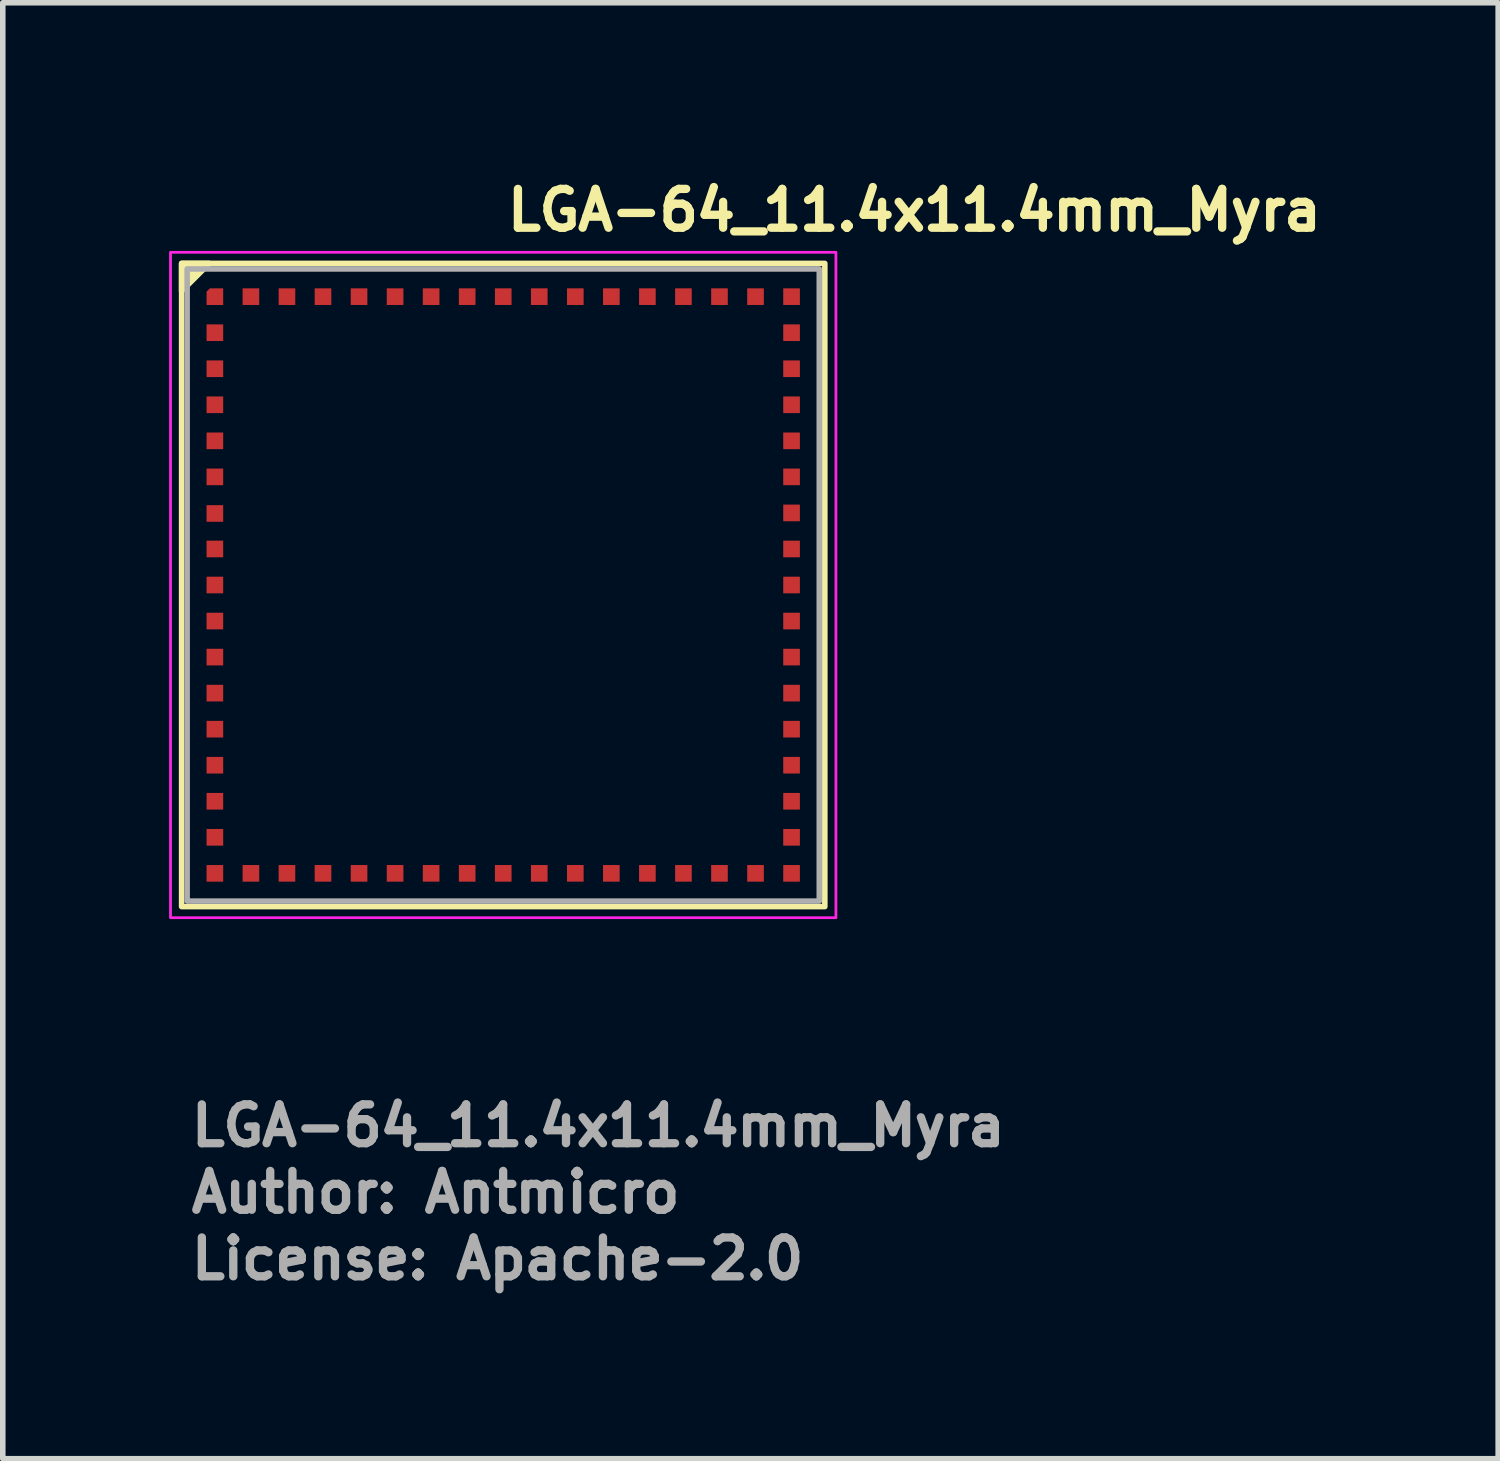
<source format=kicad_pcb>
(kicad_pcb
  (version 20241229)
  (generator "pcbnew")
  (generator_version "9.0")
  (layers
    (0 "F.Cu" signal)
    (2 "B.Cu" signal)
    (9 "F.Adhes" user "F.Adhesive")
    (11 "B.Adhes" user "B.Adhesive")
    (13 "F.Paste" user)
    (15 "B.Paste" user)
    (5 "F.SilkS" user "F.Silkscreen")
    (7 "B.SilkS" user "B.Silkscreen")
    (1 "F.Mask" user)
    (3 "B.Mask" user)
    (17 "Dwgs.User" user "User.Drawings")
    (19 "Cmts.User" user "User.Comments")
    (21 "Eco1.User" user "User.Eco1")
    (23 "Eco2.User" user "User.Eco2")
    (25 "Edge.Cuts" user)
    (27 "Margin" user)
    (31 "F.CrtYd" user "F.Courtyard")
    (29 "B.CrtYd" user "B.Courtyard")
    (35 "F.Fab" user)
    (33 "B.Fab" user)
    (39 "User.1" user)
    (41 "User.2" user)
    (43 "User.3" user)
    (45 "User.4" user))
  (footprint "LGA-64_11.4x11.4mm_Myra"
    (layer "F.Cu")
    (at 6.025 7.5)
    (property "Reference" "LGA-64_11.4x11.4mm_Myra" (at 0 -6.35 0) (unlocked yes) (layer "F.SilkS") (effects (font (size 0.7 0.7) (thickness 0.15)) (justify left bottom)))
    (attr smd)
    (fp_rect (start -5.8 -5.8) (end 5.8 5.8) (stroke (width 0.1) (type solid)) (fill no) (layer "F.SilkS"))
    (fp_poly (pts (xy -5.8 -5.8) (xy -5.3 -5.8) (xy -5.8 -5.3)) (stroke (width 0.1) (type solid)) (fill yes) (layer "F.SilkS"))
    (fp_rect (start -6 -6) (end 6 6) (stroke (width 0.05) (type solid)) (fill no) (layer "F.CrtYd"))
    (fp_rect (start -5.7 -5.7) (end 5.7 5.7) (stroke (width 0.1) (type solid)) (fill no) (layer "F.Fab"))
    (fp_line (start -5.7 -5.7) (end 5.7 -5.7) (stroke (width 0.1) (type solid)) (layer "User.9"))
    (fp_line (start -5.7 -5.675) (end -5.7 -5.7) (stroke (width 0.1) (type solid)) (layer "User.9"))
    (fp_line (start -5.7 -5.675) (end -5.7 5.725) (stroke (width 0.1) (type solid)) (layer "User.9"))
    (fp_line (start -5.7 5.725) (end 5.7 5.725) (stroke (width 0.1) (type solid)) (layer "User.9"))
    (fp_line (start 5.7 -5.7) (end 5.7 -5.675) (stroke (width 0.1) (type solid)) (layer "User.9"))
    (fp_line (start 5.7 -5.675) (end -5.7 -5.675) (stroke (width 0.1) (type solid)) (layer "User.9"))
    (fp_line (start 5.7 5.725) (end 5.7 -5.675) (stroke (width 0.1) (type solid)) (layer "User.9"))
    (fp_text user "${REFERENCE}" (at -5.7 10.16 0) (unlocked yes) (layer "F.Fab") (effects (font (size 0.7 0.7) (thickness 0.15)) (justify left bottom)))
    (fp_text user "Author: Antmicro" (at -5.7 11.36 0) (layer "F.Fab") (effects (font (size 0.7 0.7) (thickness 0.15)) (justify left bottom)))
    (fp_text user "License: Apache-2.0" (at -5.7 12.56 0) (layer "F.Fab") (effects (font (size 0.7 0.7) (thickness 0.15)) (justify left bottom)))
    (pad "A1" smd roundrect (at -5.2 -5.2 90) (size 0.3 0.3) (layers "F.Cu" "F.Mask" "F.Paste") (roundrect_rratio 0) (chamfer_ratio 0.2) (chamfer top_right))
    (pad "A2" smd rect (at -4.55 -5.2 180) (size 0.3 0.3) (layers "F.Cu" "F.Mask" "F.Paste"))
    (pad "A3" smd rect (at -3.9 -5.2 180) (size 0.3 0.3) (layers "F.Cu" "F.Mask" "F.Paste"))
    (pad "A4" smd rect (at -3.25 -5.2 180) (size 0.3 0.3) (layers "F.Cu" "F.Mask" "F.Paste"))
    (pad "A5" smd rect (at -2.6 -5.2 180) (size 0.3 0.3) (layers "F.Cu" "F.Mask" "F.Paste"))
    (pad "A6" smd rect (at -1.95 -5.2 180) (size 0.3 0.3) (layers "F.Cu" "F.Mask" "F.Paste"))
    (pad "A7" smd rect (at -1.3 -5.2 180) (size 0.3 0.3) (layers "F.Cu" "F.Mask" "F.Paste"))
    (pad "A8" smd rect (at -0.65 -5.2 180) (size 0.3 0.3) (layers "F.Cu" "F.Mask" "F.Paste"))
    (pad "A9" smd rect (at 0 -5.2 180) (size 0.3 0.3) (layers "F.Cu" "F.Mask" "F.Paste"))
    (pad "A10" smd rect (at 0.65 -5.2 180) (size 0.3 0.3) (layers "F.Cu" "F.Mask" "F.Paste"))
    (pad "A11" smd rect (at 1.3 -5.2 180) (size 0.3 0.3) (layers "F.Cu" "F.Mask" "F.Paste"))
    (pad "A12" smd rect (at 1.95 -5.2 180) (size 0.3 0.3) (layers "F.Cu" "F.Mask" "F.Paste"))
    (pad "A13" smd rect (at 2.6 -5.2 180) (size 0.3 0.3) (layers "F.Cu" "F.Mask" "F.Paste"))
    (pad "A14" smd rect (at 3.25 -5.2 180) (size 0.3 0.3) (layers "F.Cu" "F.Mask" "F.Paste"))
    (pad "A15" smd rect (at 3.9 -5.2 180) (size 0.3 0.3) (layers "F.Cu" "F.Mask" "F.Paste"))
    (pad "A16" smd rect (at 4.55 -5.2 180) (size 0.3 0.3) (layers "F.Cu" "F.Mask" "F.Paste"))
    (pad "A17" smd rect (at 5.2 -5.2) (size 0.3 0.3) (layers "F.Cu" "F.Mask" "F.Paste"))
    (pad "B1" smd rect (at -5.2 -4.55) (size 0.3 0.3) (layers "F.Cu" "F.Mask" "F.Paste"))
    (pad "B17" smd rect (at 5.2 -4.55) (size 0.3 0.3) (layers "F.Cu" "F.Mask" "F.Paste"))
    (pad "C1" smd rect (at -5.2 -3.9) (size 0.3 0.3) (layers "F.Cu" "F.Mask" "F.Paste"))
    (pad "C17" smd rect (at 5.2 -3.9) (size 0.3 0.3) (layers "F.Cu" "F.Mask" "F.Paste"))
    (pad "D1" smd rect (at -5.2 -3.25) (size 0.3 0.3) (layers "F.Cu" "F.Mask" "F.Paste"))
    (pad "D17" smd rect (at 5.2 -3.25) (size 0.3 0.3) (layers "F.Cu" "F.Mask" "F.Paste"))
    (pad "E1" smd rect (at -5.2 -2.6) (size 0.3 0.3) (layers "F.Cu" "F.Mask" "F.Paste"))
    (pad "E17" smd rect (at 5.2 -2.6) (size 0.3 0.3) (layers "F.Cu" "F.Mask" "F.Paste"))
    (pad "F1" smd rect (at -5.2 -1.95) (size 0.3 0.3) (layers "F.Cu" "F.Mask" "F.Paste"))
    (pad "F17" smd rect (at 5.2 -1.95) (size 0.3 0.3) (layers "F.Cu" "F.Mask" "F.Paste"))
    (pad "G1" smd rect (at -5.2 -1.29) (size 0.3 0.3) (layers "F.Cu" "F.Mask" "F.Paste"))
    (pad "G17" smd rect (at 5.2 -1.3) (size 0.3 0.3) (layers "F.Cu" "F.Mask" "F.Paste"))
    (pad "H1" smd rect (at -5.2 -0.65) (size 0.3 0.3) (layers "F.Cu" "F.Mask" "F.Paste"))
    (pad "H17" smd rect (at 5.2 -0.65) (size 0.3 0.3) (layers "F.Cu" "F.Mask" "F.Paste"))
    (pad "I1" smd rect (at -5.2 0) (size 0.3 0.3) (layers "F.Cu" "F.Mask" "F.Paste"))
    (pad "I17" smd rect (at 5.2 0) (size 0.3 0.3) (layers "F.Cu" "F.Mask" "F.Paste"))
    (pad "J1" smd rect (at -5.2 0.65) (size 0.3 0.3) (layers "F.Cu" "F.Mask" "F.Paste"))
    (pad "J17" smd rect (at 5.2 0.65) (size 0.3 0.3) (layers "F.Cu" "F.Mask" "F.Paste"))
    (pad "K1" smd rect (at -5.2 1.3) (size 0.3 0.3) (layers "F.Cu" "F.Mask" "F.Paste"))
    (pad "K17" smd rect (at 5.2 1.3) (size 0.3 0.3) (layers "F.Cu" "F.Mask" "F.Paste"))
    (pad "L1" smd rect (at -5.2 1.95) (size 0.3 0.3) (layers "F.Cu" "F.Mask" "F.Paste"))
    (pad "L17" smd rect (at 5.2 1.95) (size 0.3 0.3) (layers "F.Cu" "F.Mask" "F.Paste"))
    (pad "M1" smd rect (at -5.2 2.6) (size 0.3 0.3) (layers "F.Cu" "F.Mask" "F.Paste"))
    (pad "M17" smd rect (at 5.2 2.6) (size 0.3 0.3) (layers "F.Cu" "F.Mask" "F.Paste"))
    (pad "N1" smd rect (at -5.2 3.25) (size 0.3 0.3) (layers "F.Cu" "F.Mask" "F.Paste"))
    (pad "N17" smd rect (at 5.2 3.25) (size 0.3 0.3) (layers "F.Cu" "F.Mask" "F.Paste"))
    (pad "O1" smd rect (at -5.2 3.9) (size 0.3 0.3) (layers "F.Cu" "F.Mask" "F.Paste"))
    (pad "O17" smd rect (at 5.2 3.9) (size 0.3 0.3) (layers "F.Cu" "F.Mask" "F.Paste"))
    (pad "P1" smd rect (at -5.2 4.55) (size 0.3 0.3) (layers "F.Cu" "F.Mask" "F.Paste"))
    (pad "P17" smd rect (at 5.2 4.55) (size 0.3 0.3) (layers "F.Cu" "F.Mask" "F.Paste"))
    (pad "Q1" smd rect (at -5.2 5.2 180) (size 0.3 0.3) (layers "F.Cu" "F.Mask" "F.Paste"))
    (pad "Q2" smd rect (at -4.55 5.2 180) (size 0.3 0.3) (layers "F.Cu" "F.Mask" "F.Paste"))
    (pad "Q3" smd rect (at -3.9 5.2 180) (size 0.3 0.3) (layers "F.Cu" "F.Mask" "F.Paste"))
    (pad "Q4" smd rect (at -3.25 5.2 180) (size 0.3 0.3) (layers "F.Cu" "F.Mask" "F.Paste"))
    (pad "Q5" smd rect (at -2.6 5.2 180) (size 0.3 0.3) (layers "F.Cu" "F.Mask" "F.Paste"))
    (pad "Q6" smd rect (at -1.95 5.2 180) (size 0.3 0.3) (layers "F.Cu" "F.Mask" "F.Paste"))
    (pad "Q7" smd rect (at -1.3 5.2 180) (size 0.3 0.3) (layers "F.Cu" "F.Mask" "F.Paste"))
    (pad "Q8" smd rect (at -0.65 5.2 180) (size 0.3 0.3) (layers "F.Cu" "F.Mask" "F.Paste"))
    (pad "Q9" smd rect (at 0 5.2 180) (size 0.3 0.3) (layers "F.Cu" "F.Mask" "F.Paste"))
    (pad "Q10" smd rect (at 0.65 5.2 180) (size 0.3 0.3) (layers "F.Cu" "F.Mask" "F.Paste"))
    (pad "Q11" smd rect (at 1.3 5.2 180) (size 0.3 0.3) (layers "F.Cu" "F.Mask" "F.Paste"))
    (pad "Q12" smd rect (at 1.95 5.2 180) (size 0.3 0.3) (layers "F.Cu" "F.Mask" "F.Paste"))
    (pad "Q13" smd rect (at 2.6 5.2 180) (size 0.3 0.3) (layers "F.Cu" "F.Mask" "F.Paste"))
    (pad "Q14" smd rect (at 3.25 5.2 180) (size 0.3 0.3) (layers "F.Cu" "F.Mask" "F.Paste"))
    (pad "Q15" smd rect (at 3.9 5.2 180) (size 0.3 0.3) (layers "F.Cu" "F.Mask" "F.Paste"))
    (pad "Q16" smd rect (at 4.55 5.2 180) (size 0.3 0.3) (layers "F.Cu" "F.Mask" "F.Paste"))
    (pad "Q17" smd rect (at 5.2 5.2 180) (size 0.3 0.3) (layers "F.Cu" "F.Mask" "F.Paste")))
  (gr_rect
    (start -3 -3)
    (end 23.968 23.256)
    (stroke (width 0.1) (type default))
    (fill no)
    (layer "Edge.Cuts")))
</source>
